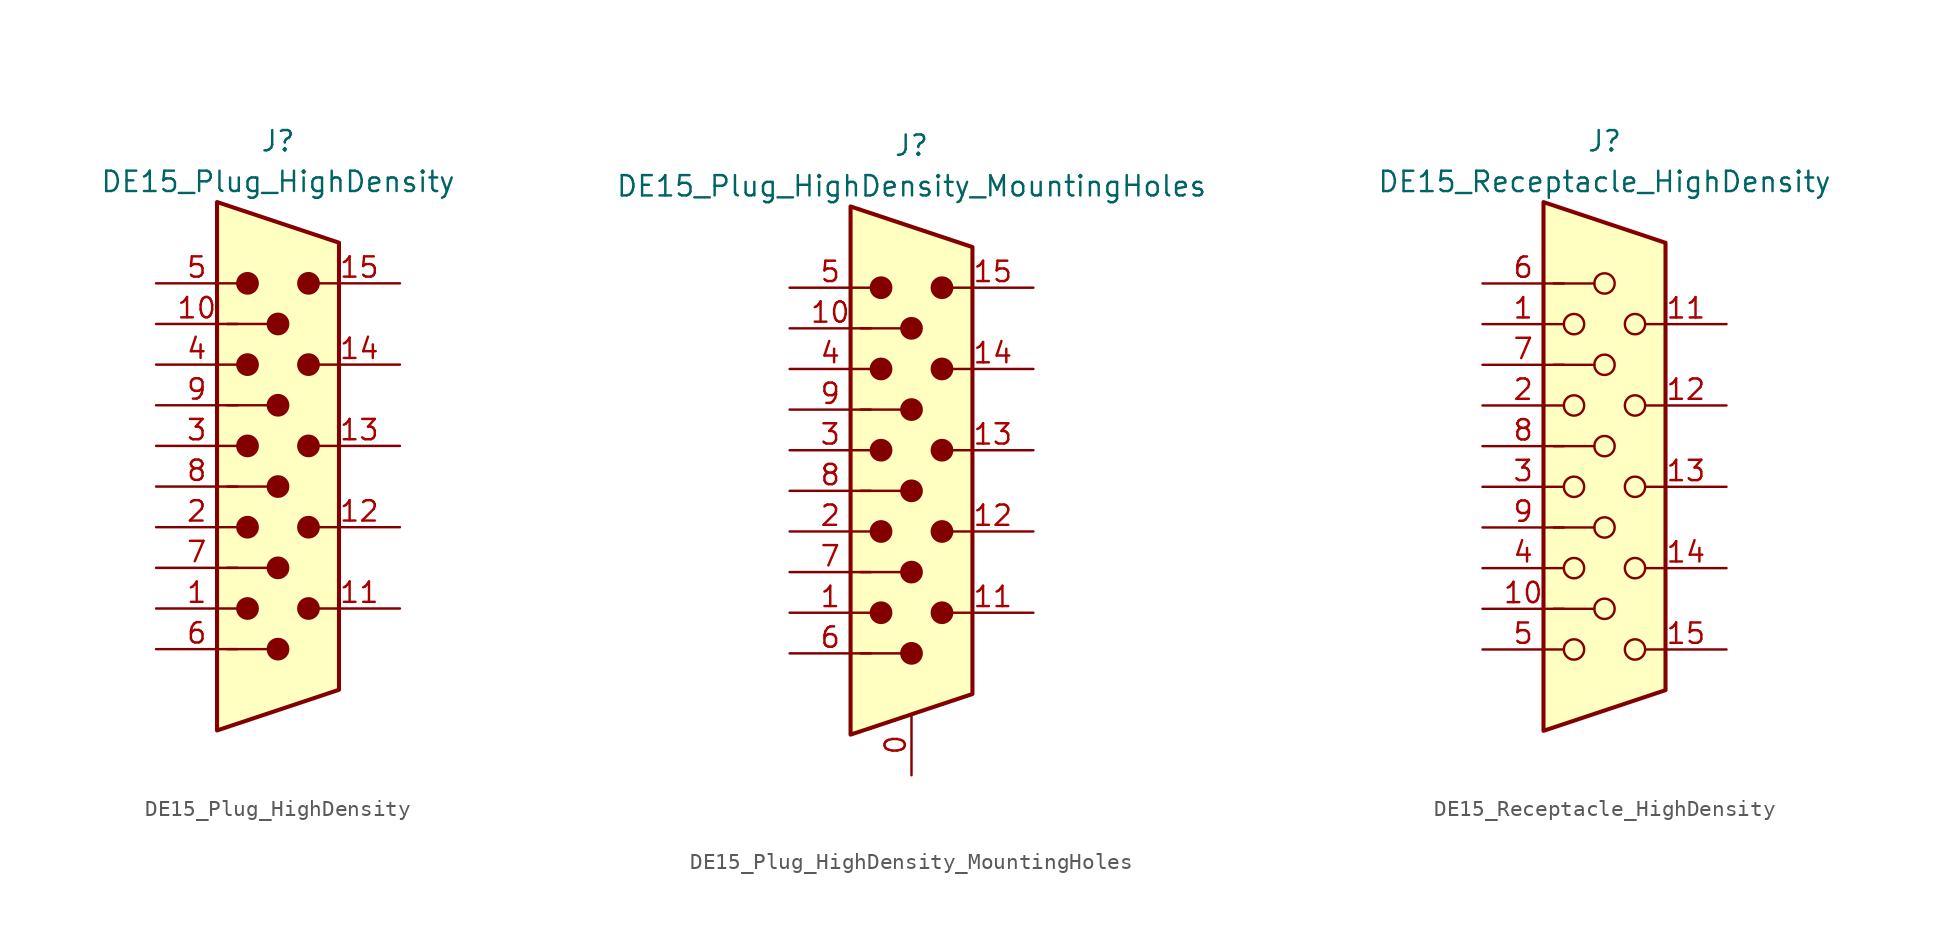
<source format=kicad_sym>
(kicad_symbol_lib
  (version 20220914)
  (generator kicad_symbol_editor)
  (symbol "DE15_Plug_HighDensity"
    (pin_names
      (offset 1.016) hide)
    (property "Reference" "J"
      (at 0 21.59 0)
      (effects (font (size 1.27 1.27))))
    (property "Value" "DE15_Plug_HighDensity"
      (at 0 19.05 0)
      (effects (font (size 1.27 1.27))))
    (symbol "DE15_Plug_HighDensity_0_1"
      (circle (center -1.905 -7.62) (radius 0.635) (stroke (width 0) (type default)) (fill (type outline)))
      (circle (center -1.905 -2.54) (radius 0.635) (stroke (width 0) (type default)) (fill (type outline)))
      (circle (center -1.905 2.54) (radius 0.635) (stroke (width 0) (type default)) (fill (type outline)))
      (circle (center -1.905 7.62) (radius 0.635) (stroke (width 0) (type default)) (fill (type outline)))
      (circle (center -1.905 12.7) (radius 0.635) (stroke (width 0) (type default)) (fill (type outline)))
      (circle (center 0 -10.16) (radius 0.635) (stroke (width 0) (type default)) (fill (type outline)))
      (circle (center 0 -5.08) (radius 0.635) (stroke (width 0) (type default)) (fill (type outline)))
      (polyline (pts (xy -3.175 -5.08) (xy -0.635 -5.08)) (stroke (width 0) (type default)) (fill (type none)))
      (polyline (pts (xy -0.635 -10.16) (xy -3.175 -10.16)) (stroke (width 0) (type default)) (fill (type none)))
      (polyline (pts (xy -0.635 0) (xy -3.175 0)) (stroke (width 0) (type default)) (fill (type none)))
      (polyline (pts (xy -0.635 5.08) (xy -3.175 5.08)) (stroke (width 0) (type default)) (fill (type none)))
      (polyline (pts (xy -0.635 10.16) (xy -3.175 10.16)) (stroke (width 0) (type default)) (fill (type none)))
      (polyline (pts (xy -3.81 17.78) (xy -3.81 -15.24) (xy 3.81 -12.7) (xy 3.81 15.24) (xy -3.81 17.78)) (stroke (width 0.254) (type default)) (fill (type background)))
      (circle (center 0 0) (radius 0.635) (stroke (width 0) (type default)) (fill (type outline)))
      (circle (center 0 5.08) (radius 0.635) (stroke (width 0) (type default)) (fill (type outline)))
      (circle (center 0 10.16) (radius 0.635) (stroke (width 0) (type default)) (fill (type outline)))
      (circle (center 1.905 -7.62) (radius 0.635) (stroke (width 0) (type default)) (fill (type outline)))
      (circle (center 1.905 -2.54) (radius 0.635) (stroke (width 0) (type default)) (fill (type outline)))
      (circle (center 1.905 2.54) (radius 0.635) (stroke (width 0) (type default)) (fill (type outline)))
      (circle (center 1.905 7.62) (radius 0.635) (stroke (width 0) (type default)) (fill (type outline)))
      (circle (center 1.905 12.7) (radius 0.635) (stroke (width 0) (type default)) (fill (type outline))))
    (symbol "DE15_Plug_HighDensity_1_1"
      (pin passive line (at -7.62 -7.62 0) (length 5.08) (name "~" (effects (font (size 1.27 1.27)))) (number "1" (effects (font (size 1.27 1.27)))))
      (pin passive line (at -7.62 10.16 0) (length 5.08) (name "~" (effects (font (size 1.27 1.27)))) (number "10" (effects (font (size 1.27 1.27)))))
      (pin passive line (at 7.62 -7.62 180) (length 5.08) (name "~" (effects (font (size 1.27 1.27)))) (number "11" (effects (font (size 1.27 1.27)))))
      (pin passive line (at 7.62 -2.54 180) (length 5.08) (name "~" (effects (font (size 1.27 1.27)))) (number "12" (effects (font (size 1.27 1.27)))))
      (pin passive line (at 7.62 2.54 180) (length 5.08) (name "~" (effects (font (size 1.27 1.27)))) (number "13" (effects (font (size 1.27 1.27)))))
      (pin passive line (at 7.62 7.62 180) (length 5.08) (name "~" (effects (font (size 1.27 1.27)))) (number "14" (effects (font (size 1.27 1.27)))))
      (pin passive line (at 7.62 12.7 180) (length 5.08) (name "~" (effects (font (size 1.27 1.27)))) (number "15" (effects (font (size 1.27 1.27)))))
      (pin passive line (at -7.62 -2.54 0) (length 5.08) (name "~" (effects (font (size 1.27 1.27)))) (number "2" (effects (font (size 1.27 1.27)))))
      (pin passive line (at -7.62 2.54 0) (length 5.08) (name "~" (effects (font (size 1.27 1.27)))) (number "3" (effects (font (size 1.27 1.27)))))
      (pin passive line (at -7.62 7.62 0) (length 5.08) (name "~" (effects (font (size 1.27 1.27)))) (number "4" (effects (font (size 1.27 1.27)))))
      (pin passive line (at -7.62 12.7 0) (length 5.08) (name "~" (effects (font (size 1.27 1.27)))) (number "5" (effects (font (size 1.27 1.27)))))
      (pin passive line (at -7.62 -10.16 0) (length 5.08) (name "~" (effects (font (size 1.27 1.27)))) (number "6" (effects (font (size 1.27 1.27)))))
      (pin passive line (at -7.62 -5.08 0) (length 5.08) (name "~" (effects (font (size 1.27 1.27)))) (number "7" (effects (font (size 1.27 1.27)))))
      (pin passive line (at -7.62 0 0) (length 5.08) (name "~" (effects (font (size 1.27 1.27)))) (number "8" (effects (font (size 1.27 1.27)))))
      (pin passive line (at -7.62 5.08 0) (length 5.08) (name "~" (effects (font (size 1.27 1.27)))) (number "9" (effects (font (size 1.27 1.27)))))))
  (symbol "DE15_Plug_HighDensity_MountingHoles"
    (pin_names
      (offset 1.016) hide)
    (property "Reference" "J"
      (at 0 21.59 0)
      (effects (font (size 1.27 1.27))))
    (property "Value" "DE15_Plug_HighDensity_MountingHoles"
      (at 0 19.05 0)
      (effects (font (size 1.27 1.27))))
    (symbol "DE15_Plug_HighDensity_MountingHoles_0_1"
      (circle (center -1.905 -7.62) (radius 0.635) (stroke (width 0) (type default)) (fill (type outline)))
      (circle (center -1.905 -2.54) (radius 0.635) (stroke (width 0) (type default)) (fill (type outline)))
      (circle (center -1.905 2.54) (radius 0.635) (stroke (width 0) (type default)) (fill (type outline)))
      (circle (center -1.905 7.62) (radius 0.635) (stroke (width 0) (type default)) (fill (type outline)))
      (circle (center -1.905 12.7) (radius 0.635) (stroke (width 0) (type default)) (fill (type outline)))
      (circle (center 0 -10.16) (radius 0.635) (stroke (width 0) (type default)) (fill (type outline)))
      (circle (center 0 -5.08) (radius 0.635) (stroke (width 0) (type default)) (fill (type outline)))
      (polyline (pts (xy -3.175 -5.08) (xy -0.635 -5.08)) (stroke (width 0) (type default)) (fill (type none)))
      (polyline (pts (xy -0.635 -10.16) (xy -3.175 -10.16)) (stroke (width 0) (type default)) (fill (type none)))
      (polyline (pts (xy -0.635 0) (xy -3.175 0)) (stroke (width 0) (type default)) (fill (type none)))
      (polyline (pts (xy -0.635 5.08) (xy -3.175 5.08)) (stroke (width 0) (type default)) (fill (type none)))
      (polyline (pts (xy -0.635 10.16) (xy -3.175 10.16)) (stroke (width 0) (type default)) (fill (type none)))
      (polyline (pts (xy -3.81 17.78) (xy -3.81 -15.24) (xy 3.81 -12.7) (xy 3.81 15.24) (xy -3.81 17.78)) (stroke (width 0.254) (type default)) (fill (type background)))
      (circle (center 0 0) (radius 0.635) (stroke (width 0) (type default)) (fill (type outline)))
      (circle (center 0 5.08) (radius 0.635) (stroke (width 0) (type default)) (fill (type outline)))
      (circle (center 0 10.16) (radius 0.635) (stroke (width 0) (type default)) (fill (type outline)))
      (circle (center 1.905 -7.62) (radius 0.635) (stroke (width 0) (type default)) (fill (type outline)))
      (circle (center 1.905 -2.54) (radius 0.635) (stroke (width 0) (type default)) (fill (type outline)))
      (circle (center 1.905 2.54) (radius 0.635) (stroke (width 0) (type default)) (fill (type outline)))
      (circle (center 1.905 7.62) (radius 0.635) (stroke (width 0) (type default)) (fill (type outline)))
      (circle (center 1.905 12.7) (radius 0.635) (stroke (width 0) (type default)) (fill (type outline))))
    (symbol "DE15_Plug_HighDensity_MountingHoles_1_1"
      (pin passive line (at 0 -17.78 90) (length 3.81) (name "~" (effects (font (size 1.27 1.27)))) (number "0" (effects (font (size 1.27 1.27)))))
      (pin passive line (at -7.62 -7.62 0) (length 5.08) (name "~" (effects (font (size 1.27 1.27)))) (number "1" (effects (font (size 1.27 1.27)))))
      (pin passive line (at -7.62 10.16 0) (length 5.08) (name "~" (effects (font (size 1.27 1.27)))) (number "10" (effects (font (size 1.27 1.27)))))
      (pin passive line (at 7.62 -7.62 180) (length 5.08) (name "~" (effects (font (size 1.27 1.27)))) (number "11" (effects (font (size 1.27 1.27)))))
      (pin passive line (at 7.62 -2.54 180) (length 5.08) (name "~" (effects (font (size 1.27 1.27)))) (number "12" (effects (font (size 1.27 1.27)))))
      (pin passive line (at 7.62 2.54 180) (length 5.08) (name "~" (effects (font (size 1.27 1.27)))) (number "13" (effects (font (size 1.27 1.27)))))
      (pin passive line (at 7.62 7.62 180) (length 5.08) (name "~" (effects (font (size 1.27 1.27)))) (number "14" (effects (font (size 1.27 1.27)))))
      (pin passive line (at 7.62 12.7 180) (length 5.08) (name "~" (effects (font (size 1.27 1.27)))) (number "15" (effects (font (size 1.27 1.27)))))
      (pin passive line (at -7.62 -2.54 0) (length 5.08) (name "~" (effects (font (size 1.27 1.27)))) (number "2" (effects (font (size 1.27 1.27)))))
      (pin passive line (at -7.62 2.54 0) (length 5.08) (name "~" (effects (font (size 1.27 1.27)))) (number "3" (effects (font (size 1.27 1.27)))))
      (pin passive line (at -7.62 7.62 0) (length 5.08) (name "~" (effects (font (size 1.27 1.27)))) (number "4" (effects (font (size 1.27 1.27)))))
      (pin passive line (at -7.62 12.7 0) (length 5.08) (name "~" (effects (font (size 1.27 1.27)))) (number "5" (effects (font (size 1.27 1.27)))))
      (pin passive line (at -7.62 -10.16 0) (length 5.08) (name "~" (effects (font (size 1.27 1.27)))) (number "6" (effects (font (size 1.27 1.27)))))
      (pin passive line (at -7.62 -5.08 0) (length 5.08) (name "~" (effects (font (size 1.27 1.27)))) (number "7" (effects (font (size 1.27 1.27)))))
      (pin passive line (at -7.62 0 0) (length 5.08) (name "~" (effects (font (size 1.27 1.27)))) (number "8" (effects (font (size 1.27 1.27)))))
      (pin passive line (at -7.62 5.08 0) (length 5.08) (name "~" (effects (font (size 1.27 1.27)))) (number "9" (effects (font (size 1.27 1.27)))))))
  (symbol "DE15_Receptacle_HighDensity"
    (pin_names
      (offset 1.016) hide)
    (property "Reference" "J"
      (at 0 21.59 0)
      (effects (font (size 1.27 1.27))))
    (property "Value" "DE15_Receptacle_HighDensity"
      (at 0 19.05 0)
      (effects (font (size 1.27 1.27))))
    (symbol "DE15_Receptacle_HighDensity_0_1"
      (circle (center -1.905 -10.16) (radius 0.635) (stroke (width 0) (type default)) (fill (type none)))
      (circle (center -1.905 -5.08) (radius 0.635) (stroke (width 0) (type default)) (fill (type none)))
      (circle (center -1.905 0) (radius 0.635) (stroke (width 0) (type default)) (fill (type none)))
      (circle (center -1.905 5.08) (radius 0.635) (stroke (width 0) (type default)) (fill (type none)))
      (circle (center -1.905 10.16) (radius 0.635) (stroke (width 0) (type default)) (fill (type none)))
      (circle (center 0 -7.62) (radius 0.635) (stroke (width 0) (type default)) (fill (type none)))
      (circle (center 0 -2.54) (radius 0.635) (stroke (width 0) (type default)) (fill (type none)))
      (polyline (pts (xy -3.175 7.62) (xy -0.635 7.62)) (stroke (width 0) (type default)) (fill (type none)))
      (polyline (pts (xy -0.635 -7.62) (xy -3.175 -7.62)) (stroke (width 0) (type default)) (fill (type none)))
      (polyline (pts (xy -0.635 -2.54) (xy -3.175 -2.54)) (stroke (width 0) (type default)) (fill (type none)))
      (polyline (pts (xy -0.635 2.54) (xy -3.175 2.54)) (stroke (width 0) (type default)) (fill (type none)))
      (polyline (pts (xy -0.635 12.7) (xy -3.175 12.7)) (stroke (width 0) (type default)) (fill (type none)))
      (polyline (pts (xy -3.81 17.78) (xy -3.81 -15.24) (xy 3.81 -12.7) (xy 3.81 15.24) (xy -3.81 17.78)) (stroke (width 0.254) (type default)) (fill (type background)))
      (circle (center 0 2.54) (radius 0.635) (stroke (width 0) (type default)) (fill (type none)))
      (circle (center 0 7.62) (radius 0.635) (stroke (width 0) (type default)) (fill (type none)))
      (circle (center 0 12.7) (radius 0.635) (stroke (width 0) (type default)) (fill (type none)))
      (circle (center 1.905 -10.16) (radius 0.635) (stroke (width 0) (type default)) (fill (type none)))
      (circle (center 1.905 -5.08) (radius 0.635) (stroke (width 0) (type default)) (fill (type none)))
      (circle (center 1.905 0) (radius 0.635) (stroke (width 0) (type default)) (fill (type none)))
      (circle (center 1.905 5.08) (radius 0.635) (stroke (width 0) (type default)) (fill (type none)))
      (circle (center 1.905 10.16) (radius 0.635) (stroke (width 0) (type default)) (fill (type none))))
    (symbol "DE15_Receptacle_HighDensity_1_1"
      (pin passive line (at -7.62 10.16 0) (length 5.08) (name "~" (effects (font (size 1.27 1.27)))) (number "1" (effects (font (size 1.27 1.27)))))
      (pin passive line (at -7.62 -7.62 0) (length 5.08) (name "~" (effects (font (size 1.27 1.27)))) (number "10" (effects (font (size 1.27 1.27)))))
      (pin passive line (at 7.62 10.16 180) (length 5.08) (name "~" (effects (font (size 1.27 1.27)))) (number "11" (effects (font (size 1.27 1.27)))))
      (pin passive line (at 7.62 5.08 180) (length 5.08) (name "~" (effects (font (size 1.27 1.27)))) (number "12" (effects (font (size 1.27 1.27)))))
      (pin passive line (at 7.62 0 180) (length 5.08) (name "~" (effects (font (size 1.27 1.27)))) (number "13" (effects (font (size 1.27 1.27)))))
      (pin passive line (at 7.62 -5.08 180) (length 5.08) (name "~" (effects (font (size 1.27 1.27)))) (number "14" (effects (font (size 1.27 1.27)))))
      (pin passive line (at 7.62 -10.16 180) (length 5.08) (name "~" (effects (font (size 1.27 1.27)))) (number "15" (effects (font (size 1.27 1.27)))))
      (pin passive line (at -7.62 5.08 0) (length 5.08) (name "~" (effects (font (size 1.27 1.27)))) (number "2" (effects (font (size 1.27 1.27)))))
      (pin passive line (at -7.62 0 0) (length 5.08) (name "~" (effects (font (size 1.27 1.27)))) (number "3" (effects (font (size 1.27 1.27)))))
      (pin passive line (at -7.62 -5.08 0) (length 5.08) (name "~" (effects (font (size 1.27 1.27)))) (number "4" (effects (font (size 1.27 1.27)))))
      (pin passive line (at -7.62 -10.16 0) (length 5.08) (name "~" (effects (font (size 1.27 1.27)))) (number "5" (effects (font (size 1.27 1.27)))))
      (pin passive line (at -7.62 12.7 0) (length 5.08) (name "~" (effects (font (size 1.27 1.27)))) (number "6" (effects (font (size 1.27 1.27)))))
      (pin passive line (at -7.62 7.62 0) (length 5.08) (name "~" (effects (font (size 1.27 1.27)))) (number "7" (effects (font (size 1.27 1.27)))))
      (pin passive line (at -7.62 2.54 0) (length 5.08) (name "~" (effects (font (size 1.27 1.27)))) (number "8" (effects (font (size 1.27 1.27)))))
      (pin passive line (at -7.62 -2.54 0) (length 5.08) (name "~" (effects (font (size 1.27 1.27)))) (number "9" (effects (font (size 1.27 1.27))))))))
</source>
